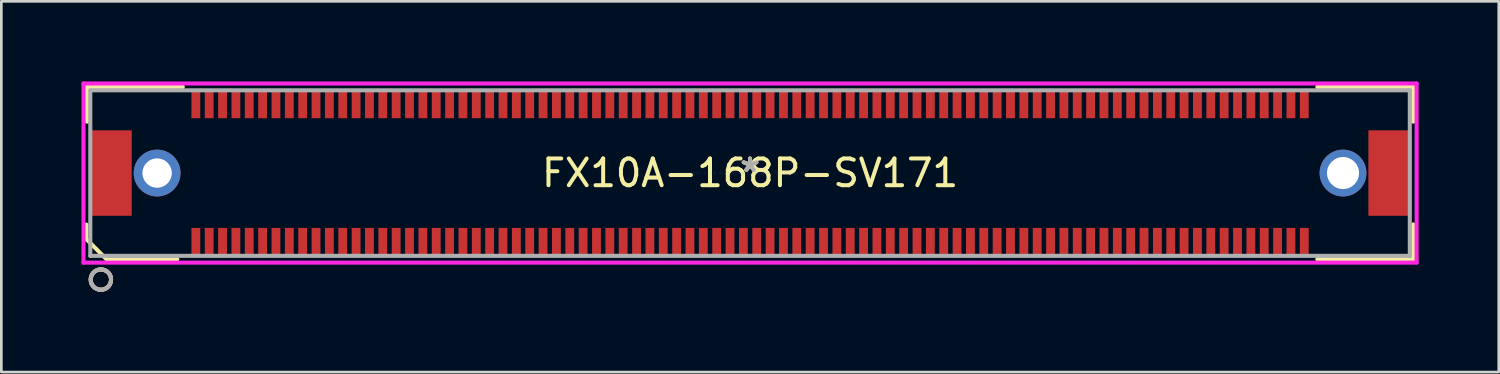
<source format=kicad_pcb>
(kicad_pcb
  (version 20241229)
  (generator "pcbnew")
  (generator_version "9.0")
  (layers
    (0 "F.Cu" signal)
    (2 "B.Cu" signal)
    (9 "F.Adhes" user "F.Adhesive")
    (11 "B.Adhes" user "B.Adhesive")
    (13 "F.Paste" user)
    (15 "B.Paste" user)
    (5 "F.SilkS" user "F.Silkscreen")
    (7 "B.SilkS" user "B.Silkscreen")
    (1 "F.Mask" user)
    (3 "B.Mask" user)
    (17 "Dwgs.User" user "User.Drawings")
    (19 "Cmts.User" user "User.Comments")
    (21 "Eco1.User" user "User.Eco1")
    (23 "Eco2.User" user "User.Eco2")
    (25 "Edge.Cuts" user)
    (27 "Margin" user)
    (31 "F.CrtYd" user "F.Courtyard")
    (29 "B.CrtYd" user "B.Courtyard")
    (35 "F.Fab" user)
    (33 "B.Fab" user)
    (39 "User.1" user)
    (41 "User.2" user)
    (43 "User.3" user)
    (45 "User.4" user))
  (footprint "FX10A-168P-SV171"
    (layer "F.Cu")
    (at 25.032 3.429)
    (property "Reference" "FX10A-168P-SV171" (at 0 0 0) (layer "F.SilkS") (effects (font (size 1 1) (thickness 0.15))))
    (attr through_hole)
    (fp_line (start -24.856 2.467) (end -24.087 3.236) (stroke (width 0.152) (type solid)) (layer "F.SilkS"))
    (fp_line (start -24.848 1.929) (end -24.848 2.474) (stroke (width 0.152) (type solid)) (layer "F.SilkS"))
    (fp_line (start -24.828 -3.226) (end -24.828 -1.924) (stroke (width 0.152) (type solid)) (layer "F.SilkS"))
    (fp_line (start -24.039 3.233) (end -21.446 3.233) (stroke (width 0.152) (type solid)) (layer "F.SilkS"))
    (fp_line (start -21.238 -3.226) (end -24.828 -3.226) (stroke (width 0.152) (type solid)) (layer "F.SilkS"))
    (fp_line (start 21.238 3.226) (end 24.828 3.226) (stroke (width 0.152) (type solid)) (layer "F.SilkS"))
    (fp_line (start 24.828 -3.226) (end 21.238 -3.226) (stroke (width 0.152) (type solid)) (layer "F.SilkS"))
    (fp_line (start 24.828 -1.924) (end 24.828 -3.226) (stroke (width 0.152) (type solid)) (layer "F.SilkS"))
    (fp_line (start 24.828 3.226) (end 24.828 1.924) (stroke (width 0.152) (type solid)) (layer "F.SilkS"))
    (fp_circle (center -24.306 3.985) (end -23.925 3.985) (stroke (width 0.152) (type solid)) (fill no) (layer "F.SilkS"))
    (fp_circle (center -24.305 3.994) (end -23.924 3.994) (stroke (width 0.152) (type solid)) (fill no) (layer "B.SilkS"))
    (fp_line (start -24.956 -3.353) (end -24.956 3.353) (stroke (width 0.152) (type solid)) (layer "F.CrtYd"))
    (fp_line (start -24.956 3.353) (end 24.956 3.353) (stroke (width 0.152) (type solid)) (layer "F.CrtYd"))
    (fp_line (start 24.956 -3.353) (end -24.956 -3.353) (stroke (width 0.152) (type solid)) (layer "F.CrtYd"))
    (fp_line (start 24.956 3.353) (end 24.956 -3.353) (stroke (width 0.152) (type solid)) (layer "F.CrtYd"))
    (fp_line (start -24.701 -3.099) (end -24.701 3.099) (stroke (width 0.152) (type solid)) (layer "F.Fab"))
    (fp_line (start -24.701 3.099) (end 24.701 3.099) (stroke (width 0.152) (type solid)) (layer "F.Fab"))
    (fp_line (start 24.701 -3.099) (end -24.701 -3.099) (stroke (width 0.152) (type solid)) (layer "F.Fab"))
    (fp_line (start 24.701 3.099) (end 24.701 -3.099) (stroke (width 0.152) (type solid)) (layer "F.Fab"))
    (fp_circle (center -24.304 3.989) (end -23.923 3.989) (stroke (width 0.152) (type solid)) (fill no) (layer "F.Fab"))
    (fp_text user "*" (at 0 0 0) (layer "F.SilkS") (effects (font (size 1 1) (thickness 0.15))))
    (fp_text user "Copyright 2016 Accelerated Designs. All rights reserved." (at 0 0 0) (layer "Cmts.User") (effects (font (size 0.127 0.127) (thickness 0.002))))
    (fp_text user "*" (at 0 0 0) (layer "F.Fab") (effects (font (size 1 1) (thickness 0.15))))
    (pad "1" smd rect (at -20.75 2.6) (size 0.33 1.092) (layers "F.Cu" "F.Mask" "F.Paste"))
    (pad "2" smd rect (at -20.75 -2.6) (size 0.33 1.092) (layers "F.Cu" "F.Mask" "F.Paste"))
    (pad "3" smd rect (at -20.25 2.6) (size 0.33 1.092) (layers "F.Cu" "F.Mask" "F.Paste"))
    (pad "4" smd rect (at -20.25 -2.6) (size 0.33 1.092) (layers "F.Cu" "F.Mask" "F.Paste"))
    (pad "5" smd rect (at -19.75 2.6) (size 0.33 1.092) (layers "F.Cu" "F.Mask" "F.Paste"))
    (pad "6" smd rect (at -19.75 -2.6) (size 0.33 1.092) (layers "F.Cu" "F.Mask" "F.Paste"))
    (pad "7" smd rect (at -19.25 2.6) (size 0.33 1.092) (layers "F.Cu" "F.Mask" "F.Paste"))
    (pad "8" smd rect (at -19.25 -2.6) (size 0.33 1.092) (layers "F.Cu" "F.Mask" "F.Paste"))
    (pad "9" smd rect (at -18.75 2.6) (size 0.33 1.092) (layers "F.Cu" "F.Mask" "F.Paste"))
    (pad "10" smd rect (at -18.75 -2.6) (size 0.33 1.092) (layers "F.Cu" "F.Mask" "F.Paste"))
    (pad "11" smd rect (at -18.25 2.6) (size 0.33 1.092) (layers "F.Cu" "F.Mask" "F.Paste"))
    (pad "12" smd rect (at -18.25 -2.6) (size 0.33 1.092) (layers "F.Cu" "F.Mask" "F.Paste"))
    (pad "13" smd rect (at -17.75 2.6) (size 0.33 1.092) (layers "F.Cu" "F.Mask" "F.Paste"))
    (pad "14" smd rect (at -17.75 -2.6) (size 0.33 1.092) (layers "F.Cu" "F.Mask" "F.Paste"))
    (pad "15" smd rect (at -17.25 2.6) (size 0.33 1.092) (layers "F.Cu" "F.Mask" "F.Paste"))
    (pad "16" smd rect (at -17.25 -2.6) (size 0.33 1.092) (layers "F.Cu" "F.Mask" "F.Paste"))
    (pad "17" smd rect (at -16.75 2.6) (size 0.33 1.092) (layers "F.Cu" "F.Mask" "F.Paste"))
    (pad "18" smd rect (at -16.75 -2.6) (size 0.33 1.092) (layers "F.Cu" "F.Mask" "F.Paste"))
    (pad "19" smd rect (at -16.25 2.6) (size 0.33 1.092) (layers "F.Cu" "F.Mask" "F.Paste"))
    (pad "20" smd rect (at -16.25 -2.6) (size 0.33 1.092) (layers "F.Cu" "F.Mask" "F.Paste"))
    (pad "21" smd rect (at -15.75 2.6) (size 0.33 1.092) (layers "F.Cu" "F.Mask" "F.Paste"))
    (pad "22" smd rect (at -15.75 -2.6) (size 0.33 1.092) (layers "F.Cu" "F.Mask" "F.Paste"))
    (pad "23" smd rect (at -15.25 2.6) (size 0.33 1.092) (layers "F.Cu" "F.Mask" "F.Paste"))
    (pad "24" smd rect (at -15.25 -2.6) (size 0.33 1.092) (layers "F.Cu" "F.Mask" "F.Paste"))
    (pad "25" smd rect (at -14.75 2.6) (size 0.33 1.092) (layers "F.Cu" "F.Mask" "F.Paste"))
    (pad "26" smd rect (at -14.75 -2.6) (size 0.33 1.092) (layers "F.Cu" "F.Mask" "F.Paste"))
    (pad "27" smd rect (at -14.25 2.6) (size 0.33 1.092) (layers "F.Cu" "F.Mask" "F.Paste"))
    (pad "28" smd rect (at -14.25 -2.6) (size 0.33 1.092) (layers "F.Cu" "F.Mask" "F.Paste"))
    (pad "29" smd rect (at -13.75 2.6) (size 0.33 1.092) (layers "F.Cu" "F.Mask" "F.Paste"))
    (pad "30" smd rect (at -13.75 -2.6) (size 0.33 1.092) (layers "F.Cu" "F.Mask" "F.Paste"))
    (pad "31" smd rect (at -13.25 2.6) (size 0.33 1.092) (layers "F.Cu" "F.Mask" "F.Paste"))
    (pad "32" smd rect (at -13.25 -2.6) (size 0.33 1.092) (layers "F.Cu" "F.Mask" "F.Paste"))
    (pad "33" smd rect (at -12.75 2.6) (size 0.33 1.092) (layers "F.Cu" "F.Mask" "F.Paste"))
    (pad "34" smd rect (at -12.75 -2.6) (size 0.33 1.092) (layers "F.Cu" "F.Mask" "F.Paste"))
    (pad "35" smd rect (at -12.25 2.6) (size 0.33 1.092) (layers "F.Cu" "F.Mask" "F.Paste"))
    (pad "36" smd rect (at -12.25 -2.6) (size 0.33 1.092) (layers "F.Cu" "F.Mask" "F.Paste"))
    (pad "37" smd rect (at -11.75 2.6) (size 0.33 1.092) (layers "F.Cu" "F.Mask" "F.Paste"))
    (pad "38" smd rect (at -11.75 -2.6) (size 0.33 1.092) (layers "F.Cu" "F.Mask" "F.Paste"))
    (pad "39" smd rect (at -11.25 2.6) (size 0.33 1.092) (layers "F.Cu" "F.Mask" "F.Paste"))
    (pad "40" smd rect (at -11.25 -2.6) (size 0.33 1.092) (layers "F.Cu" "F.Mask" "F.Paste"))
    (pad "41" smd rect (at -10.75 2.6) (size 0.33 1.092) (layers "F.Cu" "F.Mask" "F.Paste"))
    (pad "42" smd rect (at -10.75 -2.6) (size 0.33 1.092) (layers "F.Cu" "F.Mask" "F.Paste"))
    (pad "43" smd rect (at -10.25 2.6) (size 0.33 1.092) (layers "F.Cu" "F.Mask" "F.Paste"))
    (pad "44" smd rect (at -10.25 -2.6) (size 0.33 1.092) (layers "F.Cu" "F.Mask" "F.Paste"))
    (pad "45" smd rect (at -9.75 2.6) (size 0.33 1.092) (layers "F.Cu" "F.Mask" "F.Paste"))
    (pad "46" smd rect (at -9.75 -2.6) (size 0.33 1.092) (layers "F.Cu" "F.Mask" "F.Paste"))
    (pad "47" smd rect (at -9.25 2.6) (size 0.33 1.092) (layers "F.Cu" "F.Mask" "F.Paste"))
    (pad "48" smd rect (at -9.25 -2.6) (size 0.33 1.092) (layers "F.Cu" "F.Mask" "F.Paste"))
    (pad "49" smd rect (at -8.75 2.6) (size 0.33 1.092) (layers "F.Cu" "F.Mask" "F.Paste"))
    (pad "50" smd rect (at -8.75 -2.6) (size 0.33 1.092) (layers "F.Cu" "F.Mask" "F.Paste"))
    (pad "51" smd rect (at -8.25 2.6) (size 0.33 1.092) (layers "F.Cu" "F.Mask" "F.Paste"))
    (pad "52" smd rect (at -8.25 -2.6) (size 0.33 1.092) (layers "F.Cu" "F.Mask" "F.Paste"))
    (pad "53" smd rect (at -7.75 2.6) (size 0.33 1.092) (layers "F.Cu" "F.Mask" "F.Paste"))
    (pad "54" smd rect (at -7.75 -2.6) (size 0.33 1.092) (layers "F.Cu" "F.Mask" "F.Paste"))
    (pad "55" smd rect (at -7.25 2.6) (size 0.33 1.092) (layers "F.Cu" "F.Mask" "F.Paste"))
    (pad "56" smd rect (at -7.25 -2.6) (size 0.33 1.092) (layers "F.Cu" "F.Mask" "F.Paste"))
    (pad "57" smd rect (at -6.75 2.6) (size 0.33 1.092) (layers "F.Cu" "F.Mask" "F.Paste"))
    (pad "58" smd rect (at -6.75 -2.6) (size 0.33 1.092) (layers "F.Cu" "F.Mask" "F.Paste"))
    (pad "59" smd rect (at -6.25 2.6) (size 0.33 1.092) (layers "F.Cu" "F.Mask" "F.Paste"))
    (pad "60" smd rect (at -6.25 -2.6) (size 0.33 1.092) (layers "F.Cu" "F.Mask" "F.Paste"))
    (pad "61" smd rect (at -5.75 2.6) (size 0.33 1.092) (layers "F.Cu" "F.Mask" "F.Paste"))
    (pad "62" smd rect (at -5.75 -2.6) (size 0.33 1.092) (layers "F.Cu" "F.Mask" "F.Paste"))
    (pad "63" smd rect (at -5.25 2.6) (size 0.33 1.092) (layers "F.Cu" "F.Mask" "F.Paste"))
    (pad "64" smd rect (at -5.25 -2.6) (size 0.33 1.092) (layers "F.Cu" "F.Mask" "F.Paste"))
    (pad "65" smd rect (at -4.75 2.6) (size 0.33 1.092) (layers "F.Cu" "F.Mask" "F.Paste"))
    (pad "66" smd rect (at -4.75 -2.6) (size 0.33 1.092) (layers "F.Cu" "F.Mask" "F.Paste"))
    (pad "67" smd rect (at -4.25 2.6) (size 0.33 1.092) (layers "F.Cu" "F.Mask" "F.Paste"))
    (pad "68" smd rect (at -4.25 -2.6) (size 0.33 1.092) (layers "F.Cu" "F.Mask" "F.Paste"))
    (pad "69" smd rect (at -3.75 2.6) (size 0.33 1.092) (layers "F.Cu" "F.Mask" "F.Paste"))
    (pad "70" smd rect (at -3.75 -2.6) (size 0.33 1.092) (layers "F.Cu" "F.Mask" "F.Paste"))
    (pad "71" smd rect (at -3.25 2.6) (size 0.33 1.092) (layers "F.Cu" "F.Mask" "F.Paste"))
    (pad "72" smd rect (at -3.25 -2.6) (size 0.33 1.092) (layers "F.Cu" "F.Mask" "F.Paste"))
    (pad "73" smd rect (at -2.75 2.6) (size 0.33 1.092) (layers "F.Cu" "F.Mask" "F.Paste"))
    (pad "74" smd rect (at -2.75 -2.6) (size 0.33 1.092) (layers "F.Cu" "F.Mask" "F.Paste"))
    (pad "75" smd rect (at -2.25 2.6) (size 0.33 1.092) (layers "F.Cu" "F.Mask" "F.Paste"))
    (pad "76" smd rect (at -2.25 -2.6) (size 0.33 1.092) (layers "F.Cu" "F.Mask" "F.Paste"))
    (pad "77" smd rect (at -1.75 2.6) (size 0.33 1.092) (layers "F.Cu" "F.Mask" "F.Paste"))
    (pad "78" smd rect (at -1.75 -2.6) (size 0.33 1.092) (layers "F.Cu" "F.Mask" "F.Paste"))
    (pad "79" smd rect (at -1.25 2.6) (size 0.33 1.092) (layers "F.Cu" "F.Mask" "F.Paste"))
    (pad "80" smd rect (at -1.25 -2.6) (size 0.33 1.092) (layers "F.Cu" "F.Mask" "F.Paste"))
    (pad "81" smd rect (at -0.75 2.6) (size 0.33 1.092) (layers "F.Cu" "F.Mask" "F.Paste"))
    (pad "82" smd rect (at -0.75 -2.6) (size 0.33 1.092) (layers "F.Cu" "F.Mask" "F.Paste"))
    (pad "83" smd rect (at -0.25 2.6) (size 0.33 1.092) (layers "F.Cu" "F.Mask" "F.Paste"))
    (pad "84" smd rect (at -0.25 -2.6) (size 0.33 1.092) (layers "F.Cu" "F.Mask" "F.Paste"))
    (pad "85" smd rect (at 0.25 2.6) (size 0.33 1.092) (layers "F.Cu" "F.Mask" "F.Paste"))
    (pad "86" smd rect (at 0.25 -2.6) (size 0.33 1.092) (layers "F.Cu" "F.Mask" "F.Paste"))
    (pad "87" smd rect (at 0.75 2.6) (size 0.33 1.092) (layers "F.Cu" "F.Mask" "F.Paste"))
    (pad "88" smd rect (at 0.75 -2.6) (size 0.33 1.092) (layers "F.Cu" "F.Mask" "F.Paste"))
    (pad "89" smd rect (at 1.25 2.6) (size 0.33 1.092) (layers "F.Cu" "F.Mask" "F.Paste"))
    (pad "90" smd rect (at 1.25 -2.6) (size 0.33 1.092) (layers "F.Cu" "F.Mask" "F.Paste"))
    (pad "91" smd rect (at 1.75 2.6) (size 0.33 1.092) (layers "F.Cu" "F.Mask" "F.Paste"))
    (pad "92" smd rect (at 1.75 -2.6) (size 0.33 1.092) (layers "F.Cu" "F.Mask" "F.Paste"))
    (pad "93" smd rect (at 2.25 2.6) (size 0.33 1.092) (layers "F.Cu" "F.Mask" "F.Paste"))
    (pad "94" smd rect (at 2.25 -2.6) (size 0.33 1.092) (layers "F.Cu" "F.Mask" "F.Paste"))
    (pad "95" smd rect (at 2.75 2.6) (size 0.33 1.092) (layers "F.Cu" "F.Mask" "F.Paste"))
    (pad "96" smd rect (at 2.75 -2.6) (size 0.33 1.092) (layers "F.Cu" "F.Mask" "F.Paste"))
    (pad "97" smd rect (at 3.25 2.6) (size 0.33 1.092) (layers "F.Cu" "F.Mask" "F.Paste"))
    (pad "98" smd rect (at 3.25 -2.6) (size 0.33 1.092) (layers "F.Cu" "F.Mask" "F.Paste"))
    (pad "99" smd rect (at 3.75 2.6) (size 0.33 1.092) (layers "F.Cu" "F.Mask" "F.Paste"))
    (pad "100" smd rect (at 3.75 -2.6) (size 0.33 1.092) (layers "F.Cu" "F.Mask" "F.Paste"))
    (pad "101" smd rect (at 4.25 2.6) (size 0.33 1.092) (layers "F.Cu" "F.Mask" "F.Paste"))
    (pad "102" smd rect (at 4.25 -2.6) (size 0.33 1.092) (layers "F.Cu" "F.Mask" "F.Paste"))
    (pad "103" smd rect (at 4.75 2.6) (size 0.33 1.092) (layers "F.Cu" "F.Mask" "F.Paste"))
    (pad "104" smd rect (at 4.75 -2.6) (size 0.33 1.092) (layers "F.Cu" "F.Mask" "F.Paste"))
    (pad "105" smd rect (at 5.25 2.6) (size 0.33 1.092) (layers "F.Cu" "F.Mask" "F.Paste"))
    (pad "106" smd rect (at 5.25 -2.6) (size 0.33 1.092) (layers "F.Cu" "F.Mask" "F.Paste"))
    (pad "107" smd rect (at 5.75 2.6) (size 0.33 1.092) (layers "F.Cu" "F.Mask" "F.Paste"))
    (pad "108" smd rect (at 5.75 -2.6) (size 0.33 1.092) (layers "F.Cu" "F.Mask" "F.Paste"))
    (pad "109" smd rect (at 6.25 2.6) (size 0.33 1.092) (layers "F.Cu" "F.Mask" "F.Paste"))
    (pad "110" smd rect (at 6.25 -2.6) (size 0.33 1.092) (layers "F.Cu" "F.Mask" "F.Paste"))
    (pad "111" smd rect (at 6.75 2.6) (size 0.33 1.092) (layers "F.Cu" "F.Mask" "F.Paste"))
    (pad "112" smd rect (at 6.75 -2.6) (size 0.33 1.092) (layers "F.Cu" "F.Mask" "F.Paste"))
    (pad "113" smd rect (at 7.25 2.6) (size 0.33 1.092) (layers "F.Cu" "F.Mask" "F.Paste"))
    (pad "114" smd rect (at 7.25 -2.6) (size 0.33 1.092) (layers "F.Cu" "F.Mask" "F.Paste"))
    (pad "115" smd rect (at 7.75 2.6) (size 0.33 1.092) (layers "F.Cu" "F.Mask" "F.Paste"))
    (pad "116" smd rect (at 7.75 -2.6) (size 0.33 1.092) (layers "F.Cu" "F.Mask" "F.Paste"))
    (pad "117" smd rect (at 8.25 2.6) (size 0.33 1.092) (layers "F.Cu" "F.Mask" "F.Paste"))
    (pad "118" smd rect (at 8.25 -2.6) (size 0.33 1.092) (layers "F.Cu" "F.Mask" "F.Paste"))
    (pad "119" smd rect (at 8.75 2.6) (size 0.33 1.092) (layers "F.Cu" "F.Mask" "F.Paste"))
    (pad "120" smd rect (at 8.75 -2.6) (size 0.33 1.092) (layers "F.Cu" "F.Mask" "F.Paste"))
    (pad "121" smd rect (at 9.25 2.6) (size 0.33 1.092) (layers "F.Cu" "F.Mask" "F.Paste"))
    (pad "122" smd rect (at 9.25 -2.6) (size 0.33 1.092) (layers "F.Cu" "F.Mask" "F.Paste"))
    (pad "123" smd rect (at 9.75 2.6) (size 0.33 1.092) (layers "F.Cu" "F.Mask" "F.Paste"))
    (pad "124" smd rect (at 9.75 -2.6) (size 0.33 1.092) (layers "F.Cu" "F.Mask" "F.Paste"))
    (pad "125" smd rect (at 10.25 2.6) (size 0.33 1.092) (layers "F.Cu" "F.Mask" "F.Paste"))
    (pad "126" smd rect (at 10.25 -2.6) (size 0.33 1.092) (layers "F.Cu" "F.Mask" "F.Paste"))
    (pad "127" smd rect (at 10.75 2.6) (size 0.33 1.092) (layers "F.Cu" "F.Mask" "F.Paste"))
    (pad "128" smd rect (at 10.75 -2.6) (size 0.33 1.092) (layers "F.Cu" "F.Mask" "F.Paste"))
    (pad "129" smd rect (at 11.25 2.6) (size 0.33 1.092) (layers "F.Cu" "F.Mask" "F.Paste"))
    (pad "130" smd rect (at 11.25 -2.6) (size 0.33 1.092) (layers "F.Cu" "F.Mask" "F.Paste"))
    (pad "131" smd rect (at 11.75 2.6) (size 0.33 1.092) (layers "F.Cu" "F.Mask" "F.Paste"))
    (pad "132" smd rect (at 11.75 -2.6) (size 0.33 1.092) (layers "F.Cu" "F.Mask" "F.Paste"))
    (pad "133" smd rect (at 12.25 2.6) (size 0.33 1.092) (layers "F.Cu" "F.Mask" "F.Paste"))
    (pad "134" smd rect (at 12.25 -2.6) (size 0.33 1.092) (layers "F.Cu" "F.Mask" "F.Paste"))
    (pad "135" smd rect (at 12.75 2.6) (size 0.33 1.092) (layers "F.Cu" "F.Mask" "F.Paste"))
    (pad "136" smd rect (at 12.75 -2.6) (size 0.33 1.092) (layers "F.Cu" "F.Mask" "F.Paste"))
    (pad "137" smd rect (at 13.25 2.6) (size 0.33 1.092) (layers "F.Cu" "F.Mask" "F.Paste"))
    (pad "138" smd rect (at 13.25 -2.6) (size 0.33 1.092) (layers "F.Cu" "F.Mask" "F.Paste"))
    (pad "139" smd rect (at 13.75 2.6) (size 0.33 1.092) (layers "F.Cu" "F.Mask" "F.Paste"))
    (pad "140" smd rect (at 13.75 -2.6) (size 0.33 1.092) (layers "F.Cu" "F.Mask" "F.Paste"))
    (pad "141" smd rect (at 14.25 2.6) (size 0.33 1.092) (layers "F.Cu" "F.Mask" "F.Paste"))
    (pad "142" smd rect (at 14.25 -2.6) (size 0.33 1.092) (layers "F.Cu" "F.Mask" "F.Paste"))
    (pad "143" smd rect (at 14.75 2.6) (size 0.33 1.092) (layers "F.Cu" "F.Mask" "F.Paste"))
    (pad "144" smd rect (at 14.75 -2.6) (size 0.33 1.092) (layers "F.Cu" "F.Mask" "F.Paste"))
    (pad "145" smd rect (at 15.25 2.6) (size 0.33 1.092) (layers "F.Cu" "F.Mask" "F.Paste"))
    (pad "146" smd rect (at 15.25 -2.6) (size 0.33 1.092) (layers "F.Cu" "F.Mask" "F.Paste"))
    (pad "147" smd rect (at 15.75 2.6) (size 0.33 1.092) (layers "F.Cu" "F.Mask" "F.Paste"))
    (pad "148" smd rect (at 15.75 -2.6) (size 0.33 1.092) (layers "F.Cu" "F.Mask" "F.Paste"))
    (pad "149" smd rect (at 16.25 2.6) (size 0.33 1.092) (layers "F.Cu" "F.Mask" "F.Paste"))
    (pad "150" smd rect (at 16.25 -2.6) (size 0.33 1.092) (layers "F.Cu" "F.Mask" "F.Paste"))
    (pad "151" smd rect (at 16.75 2.6) (size 0.33 1.092) (layers "F.Cu" "F.Mask" "F.Paste"))
    (pad "152" smd rect (at 16.75 -2.6) (size 0.33 1.092) (layers "F.Cu" "F.Mask" "F.Paste"))
    (pad "153" smd rect (at 17.25 2.6) (size 0.33 1.092) (layers "F.Cu" "F.Mask" "F.Paste"))
    (pad "154" smd rect (at 17.25 -2.6) (size 0.33 1.092) (layers "F.Cu" "F.Mask" "F.Paste"))
    (pad "155" smd rect (at 17.75 2.6) (size 0.33 1.092) (layers "F.Cu" "F.Mask" "F.Paste"))
    (pad "156" smd rect (at 17.75 -2.6) (size 0.33 1.092) (layers "F.Cu" "F.Mask" "F.Paste"))
    (pad "157" smd rect (at 18.25 2.6) (size 0.33 1.092) (layers "F.Cu" "F.Mask" "F.Paste"))
    (pad "158" smd rect (at 18.25 -2.6) (size 0.33 1.092) (layers "F.Cu" "F.Mask" "F.Paste"))
    (pad "159" smd rect (at 18.75 2.6) (size 0.33 1.092) (layers "F.Cu" "F.Mask" "F.Paste"))
    (pad "160" smd rect (at 18.75 -2.6) (size 0.33 1.092) (layers "F.Cu" "F.Mask" "F.Paste"))
    (pad "161" smd rect (at 19.25 2.6) (size 0.33 1.092) (layers "F.Cu" "F.Mask" "F.Paste"))
    (pad "162" smd rect (at 19.25 -2.6) (size 0.33 1.092) (layers "F.Cu" "F.Mask" "F.Paste"))
    (pad "163" smd rect (at 19.75 2.6) (size 0.33 1.092) (layers "F.Cu" "F.Mask" "F.Paste"))
    (pad "164" smd rect (at 19.75 -2.6) (size 0.33 1.092) (layers "F.Cu" "F.Mask" "F.Paste"))
    (pad "165" smd rect (at 20.25 2.6) (size 0.33 1.092) (layers "F.Cu" "F.Mask" "F.Paste"))
    (pad "166" smd rect (at 20.25 -2.6) (size 0.33 1.092) (layers "F.Cu" "F.Mask" "F.Paste"))
    (pad "167" smd rect (at 20.75 2.6) (size 0.33 1.092) (layers "F.Cu" "F.Mask" "F.Paste"))
    (pad "168" smd rect (at 20.75 -2.6) (size 0.33 1.092) (layers "F.Cu" "F.Mask" "F.Paste"))
    (pad "169" thru_hole circle (at 22.2 0) (size 1.753 1.753) (drill 1.2) (layers "*.Cu" "*.Mask"))
    (pad "170" thru_hole circle (at -22.2 0) (size 1.753 1.753) (drill 1.1) (layers "*.Cu" "*.Mask"))
    (pad "171" smd rect (at 23.95 0) (size 1.6 3.2) (layers "F.Cu" "F.Mask" "F.Paste"))
    (pad "172" smd rect (at -23.95 0) (size 1.6 3.2) (layers "F.Cu" "F.Mask" "F.Paste")))
  (gr_rect
    (start -3 -3)
    (end 53.063 10.88)
    (stroke (width 0.1) (type default))
    (fill no)
    (layer "Edge.Cuts")))
</source>
